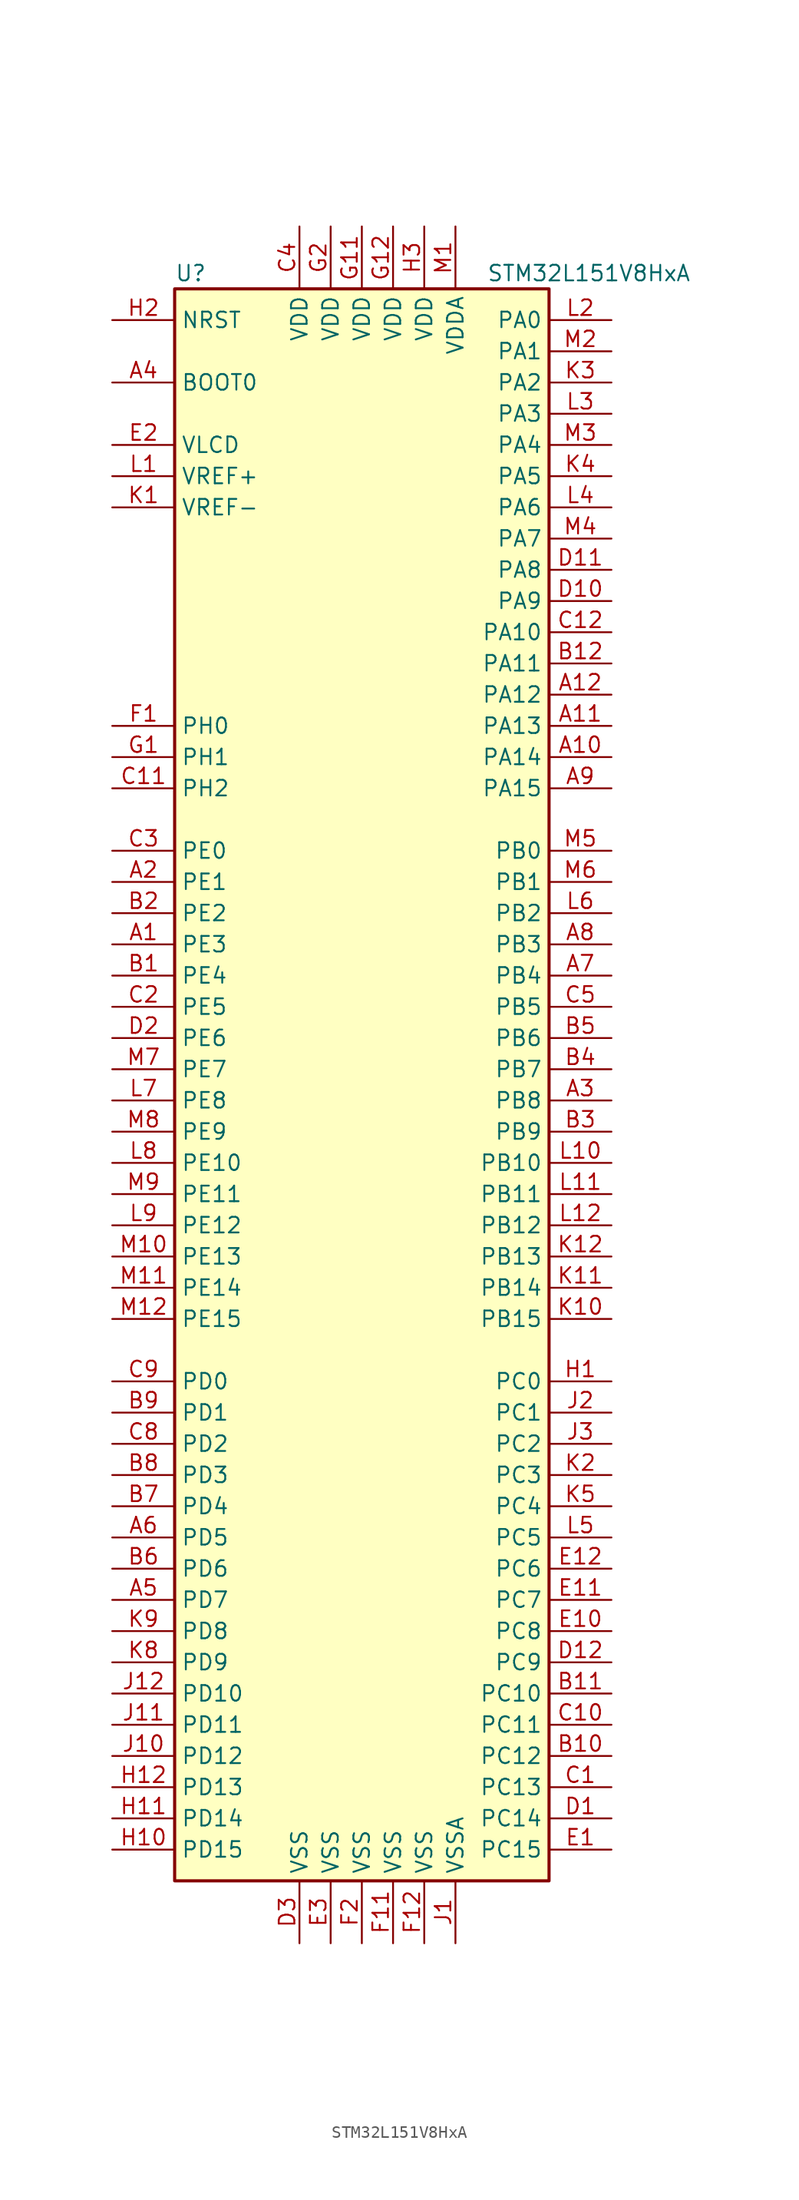
<source format=kicad_sym>
(kicad_symbol_lib
  (version 20201005)
  (generator kicad_symbol_editor)
  (symbol "STM32L151V8HxA"
    (property "Reference" "U"
      (at -15.24 64.77 0)
      (effects (font (size 1.27 1.27)) (justify left)))
    (property "Value" "STM32L151V8HxA"
      (at 10.16 64.77 0)
      (effects (font (size 1.27 1.27)) (justify left)))
    (symbol "STM32L151V8HxA_0_1"
      (rectangle (start -15.24 -66.04) (end 15.24 63.5) (stroke (width 0.254)) (fill (type background))))
    (symbol "STM32L151V8HxA_1_1"
      (pin bidirectional line (at -20.32 10.16 0) (length 5.08) (name "PE3" (effects (font (size 1.27 1.27)))) (number "A1" (effects (font (size 1.27 1.27)))))
      (pin bidirectional line (at 20.32 25.4 180) (length 5.08) (name "PA14" (effects (font (size 1.27 1.27)))) (number "A10" (effects (font (size 1.27 1.27)))))
      (pin bidirectional line (at 20.32 27.94 180) (length 5.08) (name "PA13" (effects (font (size 1.27 1.27)))) (number "A11" (effects (font (size 1.27 1.27)))))
      (pin bidirectional line (at 20.32 30.48 180) (length 5.08) (name "PA12" (effects (font (size 1.27 1.27)))) (number "A12" (effects (font (size 1.27 1.27)))))
      (pin bidirectional line (at -20.32 15.24 0) (length 5.08) (name "PE1" (effects (font (size 1.27 1.27)))) (number "A2" (effects (font (size 1.27 1.27)))))
      (pin bidirectional line (at 20.32 -2.54 180) (length 5.08) (name "PB8" (effects (font (size 1.27 1.27)))) (number "A3" (effects (font (size 1.27 1.27)))))
      (pin input line (at -20.32 55.88 0) (length 5.08) (name "BOOT0" (effects (font (size 1.27 1.27)))) (number "A4" (effects (font (size 1.27 1.27)))))
      (pin bidirectional line (at -20.32 -43.18 0) (length 5.08) (name "PD7" (effects (font (size 1.27 1.27)))) (number "A5" (effects (font (size 1.27 1.27)))))
      (pin bidirectional line (at -20.32 -38.1 0) (length 5.08) (name "PD5" (effects (font (size 1.27 1.27)))) (number "A6" (effects (font (size 1.27 1.27)))))
      (pin bidirectional line (at 20.32 7.62 180) (length 5.08) (name "PB4" (effects (font (size 1.27 1.27)))) (number "A7" (effects (font (size 1.27 1.27)))))
      (pin bidirectional line (at 20.32 10.16 180) (length 5.08) (name "PB3" (effects (font (size 1.27 1.27)))) (number "A8" (effects (font (size 1.27 1.27)))))
      (pin bidirectional line (at 20.32 22.86 180) (length 5.08) (name "PA15" (effects (font (size 1.27 1.27)))) (number "A9" (effects (font (size 1.27 1.27)))))
      (pin bidirectional line (at -20.32 7.62 0) (length 5.08) (name "PE4" (effects (font (size 1.27 1.27)))) (number "B1" (effects (font (size 1.27 1.27)))))
      (pin bidirectional line (at 20.32 -55.88 180) (length 5.08) (name "PC12" (effects (font (size 1.27 1.27)))) (number "B10" (effects (font (size 1.27 1.27)))))
      (pin bidirectional line (at 20.32 -50.8 180) (length 5.08) (name "PC10" (effects (font (size 1.27 1.27)))) (number "B11" (effects (font (size 1.27 1.27)))))
      (pin bidirectional line (at 20.32 33.02 180) (length 5.08) (name "PA11" (effects (font (size 1.27 1.27)))) (number "B12" (effects (font (size 1.27 1.27)))))
      (pin bidirectional line (at -20.32 12.7 0) (length 5.08) (name "PE2" (effects (font (size 1.27 1.27)))) (number "B2" (effects (font (size 1.27 1.27)))))
      (pin bidirectional line (at 20.32 -5.08 180) (length 5.08) (name "PB9" (effects (font (size 1.27 1.27)))) (number "B3" (effects (font (size 1.27 1.27)))))
      (pin bidirectional line (at 20.32 0 180) (length 5.08) (name "PB7" (effects (font (size 1.27 1.27)))) (number "B4" (effects (font (size 1.27 1.27)))))
      (pin bidirectional line (at 20.32 2.54 180) (length 5.08) (name "PB6" (effects (font (size 1.27 1.27)))) (number "B5" (effects (font (size 1.27 1.27)))))
      (pin bidirectional line (at -20.32 -40.64 0) (length 5.08) (name "PD6" (effects (font (size 1.27 1.27)))) (number "B6" (effects (font (size 1.27 1.27)))))
      (pin bidirectional line (at -20.32 -35.56 0) (length 5.08) (name "PD4" (effects (font (size 1.27 1.27)))) (number "B7" (effects (font (size 1.27 1.27)))))
      (pin bidirectional line (at -20.32 -33.02 0) (length 5.08) (name "PD3" (effects (font (size 1.27 1.27)))) (number "B8" (effects (font (size 1.27 1.27)))))
      (pin bidirectional line (at -20.32 -27.94 0) (length 5.08) (name "PD1" (effects (font (size 1.27 1.27)))) (number "B9" (effects (font (size 1.27 1.27)))))
      (pin bidirectional line (at 20.32 -58.42 180) (length 5.08) (name "PC13" (effects (font (size 1.27 1.27)))) (number "C1" (effects (font (size 1.27 1.27)))))
      (pin bidirectional line (at 20.32 -53.34 180) (length 5.08) (name "PC11" (effects (font (size 1.27 1.27)))) (number "C10" (effects (font (size 1.27 1.27)))))
      (pin bidirectional line (at -20.32 22.86 0) (length 5.08) (name "PH2" (effects (font (size 1.27 1.27)))) (number "C11" (effects (font (size 1.27 1.27)))))
      (pin bidirectional line (at 20.32 35.56 180) (length 5.08) (name "PA10" (effects (font (size 1.27 1.27)))) (number "C12" (effects (font (size 1.27 1.27)))))
      (pin bidirectional line (at -20.32 5.08 0) (length 5.08) (name "PE5" (effects (font (size 1.27 1.27)))) (number "C2" (effects (font (size 1.27 1.27)))))
      (pin bidirectional line (at -20.32 17.78 0) (length 5.08) (name "PE0" (effects (font (size 1.27 1.27)))) (number "C3" (effects (font (size 1.27 1.27)))))
      (pin power_in line (at -5.08 68.58 270) (length 5.08) (name "VDD" (effects (font (size 1.27 1.27)))) (number "C4" (effects (font (size 1.27 1.27)))))
      (pin bidirectional line (at 20.32 5.08 180) (length 5.08) (name "PB5" (effects (font (size 1.27 1.27)))) (number "C5" (effects (font (size 1.27 1.27)))))
      (pin bidirectional line (at -20.32 -30.48 0) (length 5.08) (name "PD2" (effects (font (size 1.27 1.27)))) (number "C8" (effects (font (size 1.27 1.27)))))
      (pin bidirectional line (at -20.32 -25.4 0) (length 5.08) (name "PD0" (effects (font (size 1.27 1.27)))) (number "C9" (effects (font (size 1.27 1.27)))))
      (pin bidirectional line (at 20.32 -60.96 180) (length 5.08) (name "PC14" (effects (font (size 1.27 1.27)))) (number "D1" (effects (font (size 1.27 1.27)))))
      (pin bidirectional line (at 20.32 38.1 180) (length 5.08) (name "PA9" (effects (font (size 1.27 1.27)))) (number "D10" (effects (font (size 1.27 1.27)))))
      (pin bidirectional line (at 20.32 40.64 180) (length 5.08) (name "PA8" (effects (font (size 1.27 1.27)))) (number "D11" (effects (font (size 1.27 1.27)))))
      (pin bidirectional line (at 20.32 -48.26 180) (length 5.08) (name "PC9" (effects (font (size 1.27 1.27)))) (number "D12" (effects (font (size 1.27 1.27)))))
      (pin bidirectional line (at -20.32 2.54 0) (length 5.08) (name "PE6" (effects (font (size 1.27 1.27)))) (number "D2" (effects (font (size 1.27 1.27)))))
      (pin power_in line (at -5.08 -71.12 90) (length 5.08) (name "VSS" (effects (font (size 1.27 1.27)))) (number "D3" (effects (font (size 1.27 1.27)))))
      (pin bidirectional line (at 20.32 -63.5 180) (length 5.08) (name "PC15" (effects (font (size 1.27 1.27)))) (number "E1" (effects (font (size 1.27 1.27)))))
      (pin bidirectional line (at 20.32 -45.72 180) (length 5.08) (name "PC8" (effects (font (size 1.27 1.27)))) (number "E10" (effects (font (size 1.27 1.27)))))
      (pin bidirectional line (at 20.32 -43.18 180) (length 5.08) (name "PC7" (effects (font (size 1.27 1.27)))) (number "E11" (effects (font (size 1.27 1.27)))))
      (pin bidirectional line (at 20.32 -40.64 180) (length 5.08) (name "PC6" (effects (font (size 1.27 1.27)))) (number "E12" (effects (font (size 1.27 1.27)))))
      (pin power_in line (at -20.32 50.8 0) (length 5.08) (name "VLCD" (effects (font (size 1.27 1.27)))) (number "E2" (effects (font (size 1.27 1.27)))))
      (pin power_in line (at -2.54 -71.12 90) (length 5.08) (name "VSS" (effects (font (size 1.27 1.27)))) (number "E3" (effects (font (size 1.27 1.27)))))
      (pin input line (at -20.32 27.94 0) (length 5.08) (name "PH0" (effects (font (size 1.27 1.27)))) (number "F1" (effects (font (size 1.27 1.27)))))
      (pin power_in line (at 2.54 -71.12 90) (length 5.08) (name "VSS" (effects (font (size 1.27 1.27)))) (number "F11" (effects (font (size 1.27 1.27)))))
      (pin power_in line (at 5.08 -71.12 90) (length 5.08) (name "VSS" (effects (font (size 1.27 1.27)))) (number "F12" (effects (font (size 1.27 1.27)))))
      (pin power_in line (at 0 -71.12 90) (length 5.08) (name "VSS" (effects (font (size 1.27 1.27)))) (number "F2" (effects (font (size 1.27 1.27)))))
      (pin input line (at -20.32 25.4 0) (length 5.08) (name "PH1" (effects (font (size 1.27 1.27)))) (number "G1" (effects (font (size 1.27 1.27)))))
      (pin power_in line (at 0 68.58 270) (length 5.08) (name "VDD" (effects (font (size 1.27 1.27)))) (number "G11" (effects (font (size 1.27 1.27)))))
      (pin power_in line (at 2.54 68.58 270) (length 5.08) (name "VDD" (effects (font (size 1.27 1.27)))) (number "G12" (effects (font (size 1.27 1.27)))))
      (pin power_in line (at -2.54 68.58 270) (length 5.08) (name "VDD" (effects (font (size 1.27 1.27)))) (number "G2" (effects (font (size 1.27 1.27)))))
      (pin bidirectional line (at 20.32 -25.4 180) (length 5.08) (name "PC0" (effects (font (size 1.27 1.27)))) (number "H1" (effects (font (size 1.27 1.27)))))
      (pin bidirectional line (at -20.32 -63.5 0) (length 5.08) (name "PD15" (effects (font (size 1.27 1.27)))) (number "H10" (effects (font (size 1.27 1.27)))))
      (pin bidirectional line (at -20.32 -60.96 0) (length 5.08) (name "PD14" (effects (font (size 1.27 1.27)))) (number "H11" (effects (font (size 1.27 1.27)))))
      (pin bidirectional line (at -20.32 -58.42 0) (length 5.08) (name "PD13" (effects (font (size 1.27 1.27)))) (number "H12" (effects (font (size 1.27 1.27)))))
      (pin input line (at -20.32 60.96 0) (length 5.08) (name "NRST" (effects (font (size 1.27 1.27)))) (number "H2" (effects (font (size 1.27 1.27)))))
      (pin power_in line (at 5.08 68.58 270) (length 5.08) (name "VDD" (effects (font (size 1.27 1.27)))) (number "H3" (effects (font (size 1.27 1.27)))))
      (pin power_in line (at 7.62 -71.12 90) (length 5.08) (name "VSSA" (effects (font (size 1.27 1.27)))) (number "J1" (effects (font (size 1.27 1.27)))))
      (pin bidirectional line (at -20.32 -55.88 0) (length 5.08) (name "PD12" (effects (font (size 1.27 1.27)))) (number "J10" (effects (font (size 1.27 1.27)))))
      (pin bidirectional line (at -20.32 -53.34 0) (length 5.08) (name "PD11" (effects (font (size 1.27 1.27)))) (number "J11" (effects (font (size 1.27 1.27)))))
      (pin bidirectional line (at -20.32 -50.8 0) (length 5.08) (name "PD10" (effects (font (size 1.27 1.27)))) (number "J12" (effects (font (size 1.27 1.27)))))
      (pin bidirectional line (at 20.32 -27.94 180) (length 5.08) (name "PC1" (effects (font (size 1.27 1.27)))) (number "J2" (effects (font (size 1.27 1.27)))))
      (pin bidirectional line (at 20.32 -30.48 180) (length 5.08) (name "PC2" (effects (font (size 1.27 1.27)))) (number "J3" (effects (font (size 1.27 1.27)))))
      (pin power_in line (at -20.32 45.72 0) (length 5.08) (name "VREF-" (effects (font (size 1.27 1.27)))) (number "K1" (effects (font (size 1.27 1.27)))))
      (pin bidirectional line (at 20.32 -20.32 180) (length 5.08) (name "PB15" (effects (font (size 1.27 1.27)))) (number "K10" (effects (font (size 1.27 1.27)))))
      (pin bidirectional line (at 20.32 -17.78 180) (length 5.08) (name "PB14" (effects (font (size 1.27 1.27)))) (number "K11" (effects (font (size 1.27 1.27)))))
      (pin bidirectional line (at 20.32 -15.24 180) (length 5.08) (name "PB13" (effects (font (size 1.27 1.27)))) (number "K12" (effects (font (size 1.27 1.27)))))
      (pin bidirectional line (at 20.32 -33.02 180) (length 5.08) (name "PC3" (effects (font (size 1.27 1.27)))) (number "K2" (effects (font (size 1.27 1.27)))))
      (pin bidirectional line (at 20.32 55.88 180) (length 5.08) (name "PA2" (effects (font (size 1.27 1.27)))) (number "K3" (effects (font (size 1.27 1.27)))))
      (pin bidirectional line (at 20.32 48.26 180) (length 5.08) (name "PA5" (effects (font (size 1.27 1.27)))) (number "K4" (effects (font (size 1.27 1.27)))))
      (pin bidirectional line (at 20.32 -35.56 180) (length 5.08) (name "PC4" (effects (font (size 1.27 1.27)))) (number "K5" (effects (font (size 1.27 1.27)))))
      (pin bidirectional line (at -20.32 -48.26 0) (length 5.08) (name "PD9" (effects (font (size 1.27 1.27)))) (number "K8" (effects (font (size 1.27 1.27)))))
      (pin bidirectional line (at -20.32 -45.72 0) (length 5.08) (name "PD8" (effects (font (size 1.27 1.27)))) (number "K9" (effects (font (size 1.27 1.27)))))
      (pin power_in line (at -20.32 48.26 0) (length 5.08) (name "VREF+" (effects (font (size 1.27 1.27)))) (number "L1" (effects (font (size 1.27 1.27)))))
      (pin bidirectional line (at 20.32 -7.62 180) (length 5.08) (name "PB10" (effects (font (size 1.27 1.27)))) (number "L10" (effects (font (size 1.27 1.27)))))
      (pin bidirectional line (at 20.32 -10.16 180) (length 5.08) (name "PB11" (effects (font (size 1.27 1.27)))) (number "L11" (effects (font (size 1.27 1.27)))))
      (pin bidirectional line (at 20.32 -12.7 180) (length 5.08) (name "PB12" (effects (font (size 1.27 1.27)))) (number "L12" (effects (font (size 1.27 1.27)))))
      (pin bidirectional line (at 20.32 60.96 180) (length 5.08) (name "PA0" (effects (font (size 1.27 1.27)))) (number "L2" (effects (font (size 1.27 1.27)))))
      (pin bidirectional line (at 20.32 53.34 180) (length 5.08) (name "PA3" (effects (font (size 1.27 1.27)))) (number "L3" (effects (font (size 1.27 1.27)))))
      (pin bidirectional line (at 20.32 45.72 180) (length 5.08) (name "PA6" (effects (font (size 1.27 1.27)))) (number "L4" (effects (font (size 1.27 1.27)))))
      (pin bidirectional line (at 20.32 -38.1 180) (length 5.08) (name "PC5" (effects (font (size 1.27 1.27)))) (number "L5" (effects (font (size 1.27 1.27)))))
      (pin bidirectional line (at 20.32 12.7 180) (length 5.08) (name "PB2" (effects (font (size 1.27 1.27)))) (number "L6" (effects (font (size 1.27 1.27)))))
      (pin bidirectional line (at -20.32 -2.54 0) (length 5.08) (name "PE8" (effects (font (size 1.27 1.27)))) (number "L7" (effects (font (size 1.27 1.27)))))
      (pin bidirectional line (at -20.32 -7.62 0) (length 5.08) (name "PE10" (effects (font (size 1.27 1.27)))) (number "L8" (effects (font (size 1.27 1.27)))))
      (pin bidirectional line (at -20.32 -12.7 0) (length 5.08) (name "PE12" (effects (font (size 1.27 1.27)))) (number "L9" (effects (font (size 1.27 1.27)))))
      (pin power_in line (at 7.62 68.58 270) (length 5.08) (name "VDDA" (effects (font (size 1.27 1.27)))) (number "M1" (effects (font (size 1.27 1.27)))))
      (pin bidirectional line (at -20.32 -15.24 0) (length 5.08) (name "PE13" (effects (font (size 1.27 1.27)))) (number "M10" (effects (font (size 1.27 1.27)))))
      (pin bidirectional line (at -20.32 -17.78 0) (length 5.08) (name "PE14" (effects (font (size 1.27 1.27)))) (number "M11" (effects (font (size 1.27 1.27)))))
      (pin bidirectional line (at -20.32 -20.32 0) (length 5.08) (name "PE15" (effects (font (size 1.27 1.27)))) (number "M12" (effects (font (size 1.27 1.27)))))
      (pin bidirectional line (at 20.32 58.42 180) (length 5.08) (name "PA1" (effects (font (size 1.27 1.27)))) (number "M2" (effects (font (size 1.27 1.27)))))
      (pin bidirectional line (at 20.32 50.8 180) (length 5.08) (name "PA4" (effects (font (size 1.27 1.27)))) (number "M3" (effects (font (size 1.27 1.27)))))
      (pin bidirectional line (at 20.32 43.18 180) (length 5.08) (name "PA7" (effects (font (size 1.27 1.27)))) (number "M4" (effects (font (size 1.27 1.27)))))
      (pin bidirectional line (at 20.32 17.78 180) (length 5.08) (name "PB0" (effects (font (size 1.27 1.27)))) (number "M5" (effects (font (size 1.27 1.27)))))
      (pin bidirectional line (at 20.32 15.24 180) (length 5.08) (name "PB1" (effects (font (size 1.27 1.27)))) (number "M6" (effects (font (size 1.27 1.27)))))
      (pin bidirectional line (at -20.32 0 0) (length 5.08) (name "PE7" (effects (font (size 1.27 1.27)))) (number "M7" (effects (font (size 1.27 1.27)))))
      (pin bidirectional line (at -20.32 -5.08 0) (length 5.08) (name "PE9" (effects (font (size 1.27 1.27)))) (number "M8" (effects (font (size 1.27 1.27)))))
      (pin bidirectional line (at -20.32 -10.16 0) (length 5.08) (name "PE11" (effects (font (size 1.27 1.27)))) (number "M9" (effects (font (size 1.27 1.27))))))))
</source>
